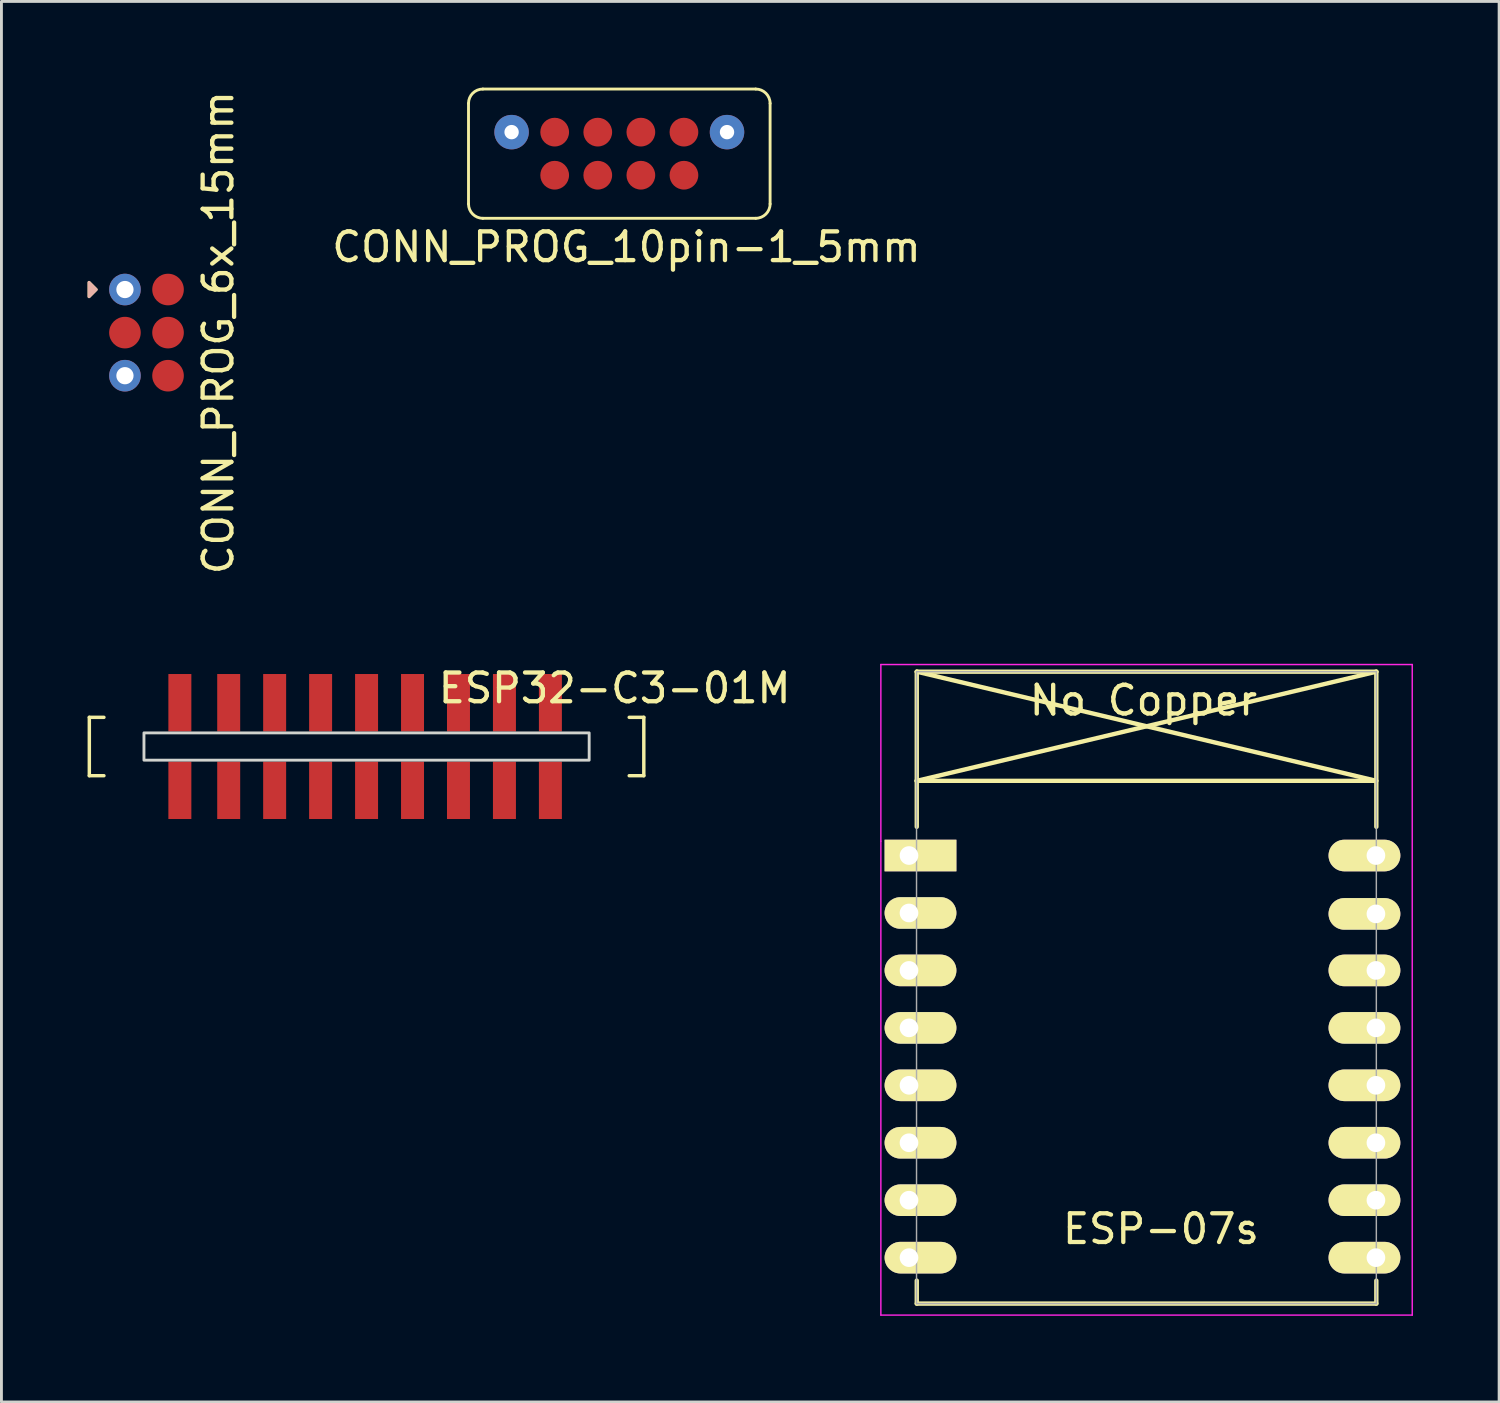
<source format=kicad_pcb>
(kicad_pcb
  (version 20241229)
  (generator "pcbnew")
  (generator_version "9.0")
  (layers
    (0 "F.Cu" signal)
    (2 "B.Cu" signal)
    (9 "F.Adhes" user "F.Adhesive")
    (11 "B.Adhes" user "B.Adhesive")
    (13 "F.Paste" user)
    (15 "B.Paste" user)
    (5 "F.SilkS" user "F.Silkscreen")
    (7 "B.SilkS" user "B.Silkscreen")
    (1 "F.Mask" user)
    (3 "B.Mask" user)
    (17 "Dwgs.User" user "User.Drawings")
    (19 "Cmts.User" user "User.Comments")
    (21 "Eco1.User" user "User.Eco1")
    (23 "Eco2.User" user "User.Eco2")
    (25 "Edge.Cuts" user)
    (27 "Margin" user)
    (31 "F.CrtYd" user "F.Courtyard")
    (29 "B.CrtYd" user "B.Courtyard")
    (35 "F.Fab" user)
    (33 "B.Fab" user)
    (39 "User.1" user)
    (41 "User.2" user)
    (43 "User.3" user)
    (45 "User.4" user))
  (footprint "CONN_PROG_6x_15mm"
    (layer "F.Cu")
    (at 2.05 8.53)
    (property "Reference" "CONN_PROG_6x_15mm" (at 2.5 0 270) (layer "F.SilkS") (effects (font (size 1 1) (thickness 0.15))))
    (attr smd)
    (fp_poly (pts (xy -1.75 -1.5) (xy -2 -1.75) (xy -2 -1.25)) (stroke (width 0.1) (type solid)) (fill yes) (layer "F.SilkS"))
    (fp_poly (pts (xy -2 -1.75) (xy -1.75 -1.5) (xy -2 -1.25)) (stroke (width 0.1) (type solid)) (fill yes) (layer "B.SilkS"))
    (pad "1" thru_hole circle (at -0.75 -1.5) (size 1.1 1.1) (drill 0.6) (layers "*.Cu" "*.Mask"))
    (pad "2" smd circle (at -0.75 0) (size 1.1 1.1) (layers "F.Cu" "F.Mask" "F.Paste"))
    (pad "3" thru_hole circle (at -0.75 1.5) (size 1.1 1.1) (drill 0.6) (layers "*.Cu" "*.Mask"))
    (pad "4" smd circle (at 0.75 1.5) (size 1.1 1.1) (layers "F.Cu" "F.Mask" "F.Paste"))
    (pad "5" smd circle (at 0.75 0) (size 1.1 1.1) (layers "F.Cu" "F.Mask" "F.Paste"))
    (pad "6" smd circle (at 0.75 -1.5) (size 1.1 1.1) (layers "F.Cu" "F.Mask" "F.Paste")))
  (footprint "CONN_PROG_10pin-1_5mm"
    (layer "F.Cu")
    (at 18.761 1.55)
    (property "Reference" "CONN_PROG_10pin-1_5mm" (at 0 4 0) (layer "F.SilkS") (effects (font (size 1 1) (thickness 0.15))))
    (attr smd)
    (fp_line (start -5.5 2.5) (end -5.5 -1) (stroke (width 0.1) (type default)) (layer "F.SilkS"))
    (fp_line (start -5 -1.5) (end 4.5 -1.5) (stroke (width 0.1) (type default)) (layer "F.SilkS"))
    (fp_line (start 4.5 3) (end -5 3) (stroke (width 0.1) (type default)) (layer "F.SilkS"))
    (fp_line (start 5 -1) (end 5 2.5) (stroke (width 0.1) (type default)) (layer "F.SilkS"))
    (fp_arc (start -5.5 -1) (mid -5.353553 -1.353553) (end -5 -1.5) (stroke (width 0.1) (type default)) (layer "F.SilkS"))
    (fp_arc (start -5 3) (mid -5.353553 2.853553) (end -5.5 2.5) (stroke (width 0.1) (type default)) (layer "F.SilkS"))
    (fp_arc (start 4.5 -1.5) (mid 4.853553 -1.353553) (end 5 -1) (stroke (width 0.1) (type default)) (layer "F.SilkS"))
    (fp_arc (start 5 2.5) (mid 4.853553 2.853553) (end 4.5 3) (stroke (width 0.1) (type default)) (layer "F.SilkS"))
    (pad "1" thru_hole circle (at -4 0) (size 1.2 1.2) (drill 0.5) (layers "*.Cu" "*.Mask"))
    (pad "2" smd circle (at -2.5 0) (size 1 1) (layers "F.Cu" "F.Mask"))
    (pad "3" smd circle (at -1 0) (size 1 1) (layers "F.Cu" "F.Mask"))
    (pad "4" smd circle (at 0.5 0) (size 1 1) (layers "F.Cu" "F.Mask"))
    (pad "5" smd circle (at 2 0) (size 1 1) (layers "F.Cu" "F.Mask"))
    (pad "6" thru_hole circle (at 3.5 0) (size 1.2 1.2) (drill 0.5) (layers "*.Cu" "*.Mask"))
    (pad "7" smd circle (at -2.5 1.5) (size 1 1) (layers "F.Cu" "F.Mask"))
    (pad "8" smd circle (at -1 1.5) (size 1 1) (layers "F.Cu" "F.Mask"))
    (pad "9" smd circle (at 0.5 1.5) (size 1 1) (layers "F.Cu" "F.Mask"))
    (pad "10" smd circle (at 2 1.5) (size 1 1) (layers "F.Cu" "F.Mask")))
  (footprint "ESP32-C3-01M"
    (layer "F.Cu")
    (at 9.712 22.94)
    (property "Reference" "ESP32-C3-01M" (at 8.636 -2.032 0) (layer "F.SilkS") (effects (font (size 1 1) (thickness 0.15))))
    (attr through_hole)
    (fp_line (start -9.652 -1.016) (end -9.652 1.016) (stroke (width 0.12) (type solid)) (layer "F.SilkS"))
    (fp_line (start -9.652 1.016) (end -9.144 1.016) (stroke (width 0.12) (type solid)) (layer "F.SilkS"))
    (fp_line (start -9.144 -1.016) (end -9.652 -1.016) (stroke (width 0.12) (type solid)) (layer "F.SilkS"))
    (fp_line (start 9.144 -1.016) (end 9.652 -1.016) (stroke (width 0.12) (type solid)) (layer "F.SilkS"))
    (fp_line (start 9.652 -1.016) (end 9.652 1.016) (stroke (width 0.12) (type solid)) (layer "F.SilkS"))
    (fp_line (start 9.652 1.016) (end 9.144 1.016) (stroke (width 0.12) (type solid)) (layer "F.SilkS"))
    (fp_rect (start -7.75 0.475) (end 7.75 -0.475) (stroke (width 0.1) (type solid)) (fill no) (layer "Edge.Cuts"))
    (pad "1" smd rect (at -6.5 1.524) (size 0.8 2) (layers "F.Cu" "F.Mask" "F.Paste"))
    (pad "2" smd rect (at -4.8 1.524) (size 0.8 2) (layers "F.Cu" "F.Mask" "F.Paste"))
    (pad "3" smd rect (at -3.2 1.524) (size 0.8 2) (layers "F.Cu" "F.Mask" "F.Paste"))
    (pad "4" smd rect (at -1.6 1.524) (size 0.8 2) (layers "F.Cu" "F.Mask" "F.Paste"))
    (pad "5" smd rect (at 0 1.524) (size 0.8 2) (layers "F.Cu" "F.Mask" "F.Paste"))
    (pad "6" smd rect (at 1.6 1.524) (size 0.8 2) (layers "F.Cu" "F.Mask" "F.Paste"))
    (pad "7" smd rect (at 3.2 1.524) (size 0.8 2) (layers "F.Cu" "F.Mask" "F.Paste"))
    (pad "8" smd rect (at 4.8 1.524) (size 0.8 2) (layers "F.Cu" "F.Mask" "F.Paste"))
    (pad "9" smd rect (at 6.4 1.524) (size 0.8 2) (layers "F.Cu" "F.Mask" "F.Paste"))
    (pad "10" smd rect (at 6.4 -1.524) (size 0.8 2) (layers "F.Cu" "F.Mask" "F.Paste"))
    (pad "11" smd rect (at 4.8 -1.524) (size 0.8 2) (layers "F.Cu" "F.Mask" "F.Paste"))
    (pad "12" smd rect (at 3.2 -1.524) (size 0.8 2) (layers "F.Cu" "F.Mask" "F.Paste"))
    (pad "13" smd rect (at 1.6 -1.524) (size 0.8 2) (layers "F.Cu" "F.Mask" "F.Paste"))
    (pad "14" smd rect (at 0 -1.524) (size 0.8 2) (layers "F.Cu" "F.Mask" "F.Paste"))
    (pad "15" smd rect (at -1.6 -1.524) (size 0.8 2) (layers "F.Cu" "F.Mask" "F.Paste"))
    (pad "16" smd rect (at -3.2 -1.524) (size 0.8 2) (layers "F.Cu" "F.Mask" "F.Paste"))
    (pad "17" smd rect (at -4.8 -1.524) (size 0.8 2) (layers "F.Cu" "F.Mask" "F.Paste"))
    (pad "18" smd rect (at -6.5 -1.524) (size 0.8 2) (layers "F.Cu" "F.Mask" "F.Paste")))
  (footprint "ESP-07s"
    (layer "F.Cu")
    (at 29.867 26.735)
    (property "Reference" "ESP-07s" (at 7.5 13 0) (layer "F.SilkS") (effects (font (size 1 1) (thickness 0.15))))
    (attr through_hole)
    (fp_line (start -1.008 -2.6) (end 14.992 -2.6) (stroke (width 0.152) (type solid)) (layer "F.SilkS"))
    (fp_line (start -1 -6.4) (end -1 -1) (stroke (width 0.152) (type solid)) (layer "F.SilkS"))
    (fp_line (start -1 -6.4) (end 15 -6.4) (stroke (width 0.152) (type solid)) (layer "F.SilkS"))
    (fp_line (start -1 -6.4) (end 15 -2.6) (stroke (width 0.152) (type solid)) (layer "F.SilkS"))
    (fp_line (start -1 14.8) (end -1 15.6) (stroke (width 0.152) (type solid)) (layer "F.SilkS"))
    (fp_line (start -1 15.6) (end 15 15.6) (stroke (width 0.152) (type solid)) (layer "F.SilkS"))
    (fp_line (start 15 -6.4) (end -1 -2.6) (stroke (width 0.152) (type solid)) (layer "F.SilkS"))
    (fp_line (start 15 -6.4) (end 15 -1) (stroke (width 0.152) (type solid)) (layer "F.SilkS"))
    (fp_line (start 15 15.6) (end 15 14.8) (stroke (width 0.152) (type solid)) (layer "F.SilkS"))
    (fp_line (start -2.25 -6.65) (end 16.25 -6.65) (stroke (width 0.05) (type solid)) (layer "F.CrtYd"))
    (fp_line (start -2.25 -0.5) (end -2.25 -6.65) (stroke (width 0.05) (type solid)) (layer "F.CrtYd"))
    (fp_line (start -2.25 16) (end -2.25 -0.5) (stroke (width 0.05) (type solid)) (layer "F.CrtYd"))
    (fp_line (start 16.25 -6.65) (end 16.25 16) (stroke (width 0.05) (type solid)) (layer "F.CrtYd"))
    (fp_line (start 16.25 16) (end -2.25 16) (stroke (width 0.05) (type solid)) (layer "F.CrtYd"))
    (fp_line (start -1.008 15.6) (end -1.008 -6.4) (stroke (width 0.05) (type solid)) (layer "F.Fab"))
    (fp_line (start -1 -6.4) (end 15 -6.4) (stroke (width 0.05) (type solid)) (layer "F.Fab"))
    (fp_line (start 15 -6.4) (end 15 15.6) (stroke (width 0.05) (type solid)) (layer "F.Fab"))
    (fp_line (start 15 15.6) (end -1 15.6) (stroke (width 0.05) (type solid)) (layer "F.Fab"))
    (fp_text user "No Copper" (at 6.892 -5.4 0) (layer "F.SilkS") (effects (font (size 1 1) (thickness 0.15))))
    (pad "1" thru_hole rect (at -1.27 0) (size 2.5 1.1) (drill 0.65 (offset 0.4 0)) (layers "*.Cu" "*.Mask" "F.SilkS" "F.Paste"))
    (pad "2" thru_hole oval (at -1.27 2) (size 2.5 1.1) (drill 0.65 (offset 0.4 0)) (layers "*.Cu" "*.Mask" "F.SilkS" "F.Paste"))
    (pad "3" thru_hole oval (at -1.27 4) (size 2.5 1.1) (drill 0.65 (offset 0.4 0)) (layers "*.Cu" "*.Mask" "F.SilkS" "F.Paste"))
    (pad "4" thru_hole oval (at -1.27 6) (size 2.5 1.1) (drill 0.65 (offset 0.4 0)) (layers "*.Cu" "*.Mask" "F.SilkS" "F.Paste"))
    (pad "5" thru_hole oval (at -1.27 8) (size 2.5 1.1) (drill 0.65 (offset 0.4 0)) (layers "*.Cu" "*.Mask" "F.SilkS" "F.Paste"))
    (pad "6" thru_hole oval (at -1.27 10) (size 2.5 1.1) (drill 0.65 (offset 0.4 0)) (layers "*.Cu" "*.Mask" "F.SilkS" "F.Paste"))
    (pad "7" thru_hole oval (at -1.27 12) (size 2.5 1.1) (drill 0.65 (offset 0.4 0)) (layers "*.Cu" "*.Mask" "F.SilkS" "F.Paste"))
    (pad "8" thru_hole oval (at -1.27 14) (size 2.5 1.1) (drill 0.65 (offset 0.4 0)) (layers "*.Cu" "*.Mask" "F.SilkS" "F.Paste"))
    (pad "9" thru_hole oval (at 14.986 14) (size 2.5 1.1) (drill 0.65 (offset -0.4 0)) (layers "*.Cu" "*.Mask" "F.SilkS" "F.Paste"))
    (pad "10" thru_hole oval (at 14.986 12) (size 2.5 1.1) (drill 0.65 (offset -0.4 0)) (layers "*.Cu" "*.Mask" "F.SilkS" "F.Paste"))
    (pad "11" thru_hole oval (at 14.986 10) (size 2.5 1.1) (drill 0.65 (offset -0.4 0)) (layers "*.Cu" "*.Mask" "F.SilkS" "F.Paste"))
    (pad "12" thru_hole oval (at 14.986 8) (size 2.5 1.1) (drill 0.65 (offset -0.4 0)) (layers "*.Cu" "*.Mask" "F.SilkS" "F.Paste"))
    (pad "13" thru_hole oval (at 14.986 6) (size 2.5 1.1) (drill 0.65 (offset -0.4 0)) (layers "*.Cu" "*.Mask" "F.SilkS" "F.Paste"))
    (pad "14" thru_hole oval (at 14.986 4) (size 2.5 1.1) (drill 0.65 (offset -0.4 0)) (layers "*.Cu" "*.Mask" "F.SilkS" "F.Paste"))
    (pad "15" thru_hole oval (at 14.986 2.032) (size 2.5 1.1) (drill 0.65 (offset -0.4 0)) (layers "*.Cu" "*.Mask" "F.SilkS" "F.Paste"))
    (pad "16" thru_hole oval (at 14.986 0) (size 2.5 1.1) (drill 0.65 (offset -0.4 0)) (layers "*.Cu" "*.Mask" "F.SilkS" "F.Paste")))
  (gr_rect
    (start -3 -3)
    (end 49.142 45.76)
    (stroke (width 0.1) (type default))
    (fill no)
    (layer "Edge.Cuts")))
</source>
